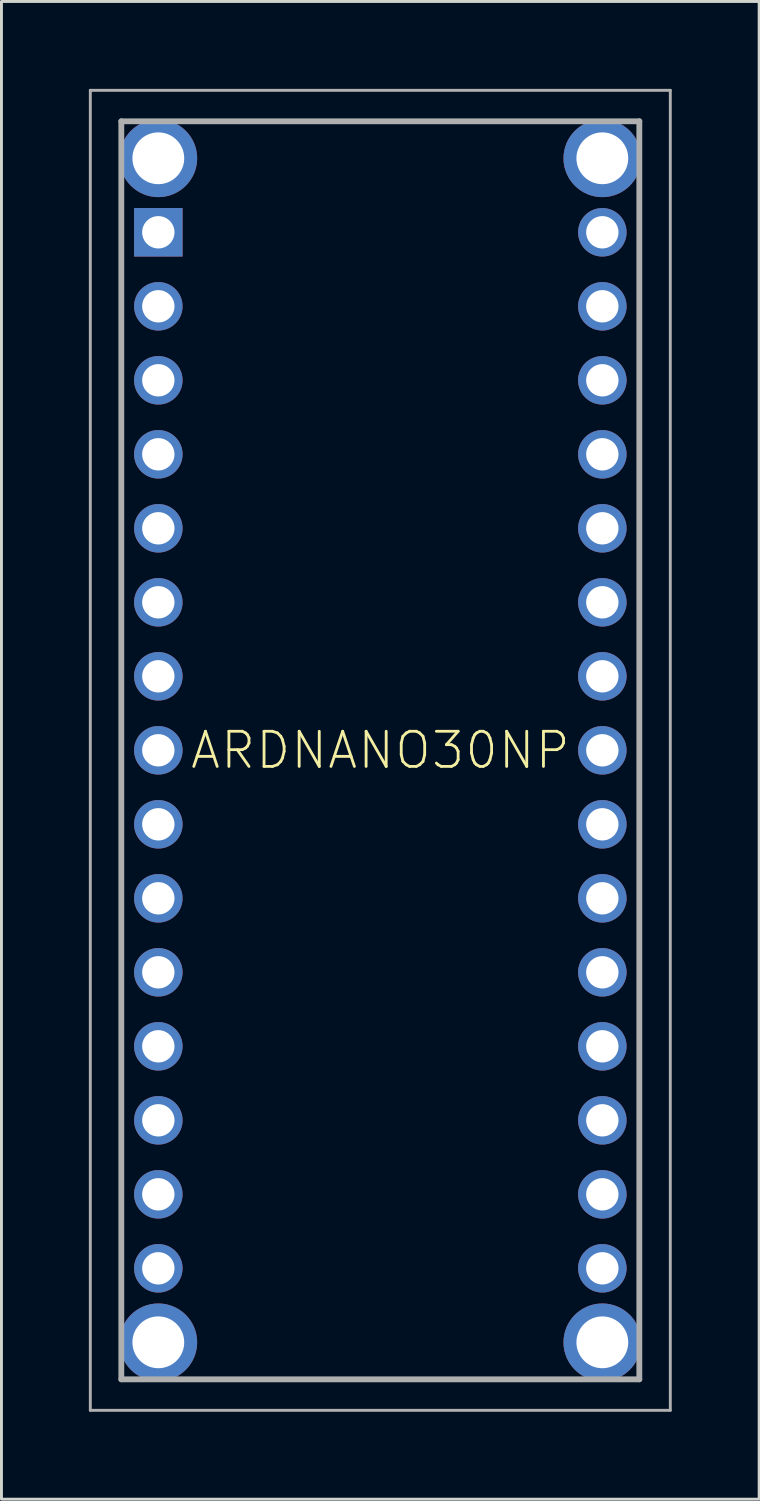
<source format=kicad_pcb>
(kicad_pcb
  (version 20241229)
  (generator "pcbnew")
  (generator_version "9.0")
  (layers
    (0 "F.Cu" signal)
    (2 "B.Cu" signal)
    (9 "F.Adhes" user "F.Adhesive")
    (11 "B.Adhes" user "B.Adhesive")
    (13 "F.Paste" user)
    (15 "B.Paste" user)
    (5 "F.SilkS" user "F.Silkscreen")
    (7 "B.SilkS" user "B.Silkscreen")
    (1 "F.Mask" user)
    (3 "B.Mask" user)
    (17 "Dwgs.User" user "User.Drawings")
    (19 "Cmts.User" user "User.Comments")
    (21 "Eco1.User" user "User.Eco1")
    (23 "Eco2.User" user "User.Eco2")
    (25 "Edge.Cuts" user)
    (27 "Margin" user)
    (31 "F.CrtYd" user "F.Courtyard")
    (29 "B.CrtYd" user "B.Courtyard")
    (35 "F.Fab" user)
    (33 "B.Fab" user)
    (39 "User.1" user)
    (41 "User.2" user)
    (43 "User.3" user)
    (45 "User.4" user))
  (footprint "ARDNANO30NP"
    (layer "F.Cu")
    (at 2.384 4.923)
    (property "Reference" "ARDNANO30NP" (at 7.62 17.78 0) (layer "F.SilkS") (effects (font (size 1.206 1.206) (thickness 0.097))))
    (attr through_hole)
    (fp_line (start -1.27 0) (end -1.27 35.56) (stroke (width 0.1) (type solid)) (layer "F.SilkS"))
    (fp_line (start 16.51 35.56) (end 16.51 0) (stroke (width 0.1) (type solid)) (layer "F.SilkS"))
    (fp_line (start -2.334 -4.873) (end 17.573 -4.873) (stroke (width 0.1) (type solid)) (layer "F.Fab"))
    (fp_line (start -2.334 40.434) (end -2.334 -4.873) (stroke (width 0.1) (type solid)) (layer "F.Fab"))
    (fp_line (start -1.27 -3.81) (end 16.51 -3.81) (stroke (width 0.2) (type solid)) (layer "F.Fab"))
    (fp_line (start -1.27 39.37) (end -1.27 -3.81) (stroke (width 0.2) (type solid)) (layer "F.Fab"))
    (fp_line (start 16.51 -3.81) (end 16.51 39.37) (stroke (width 0.2) (type solid)) (layer "F.Fab"))
    (fp_line (start 16.51 39.37) (end -1.27 39.37) (stroke (width 0.2) (type solid)) (layer "F.Fab"))
    (fp_line (start 17.573 -4.873) (end 17.573 40.434) (stroke (width 0.1) (type solid)) (layer "F.Fab"))
    (fp_line (start 17.573 40.434) (end -2.334 40.434) (stroke (width 0.1) (type solid)) (layer "F.Fab"))
    (pad "1" thru_hole rect (at 0 0) (size 1.665 1.665) (drill 1.11) (layers "*.Cu" "*.Mask"))
    (pad "2" thru_hole circle (at 0 2.54) (size 1.665 1.665) (drill 1.11) (layers "*.Cu" "*.Mask"))
    (pad "3" thru_hole circle (at 0 5.08) (size 1.665 1.665) (drill 1.11) (layers "*.Cu" "*.Mask"))
    (pad "4" thru_hole circle (at 0 7.62) (size 1.665 1.665) (drill 1.11) (layers "*.Cu" "*.Mask"))
    (pad "5" thru_hole circle (at 0 10.16) (size 1.665 1.665) (drill 1.11) (layers "*.Cu" "*.Mask"))
    (pad "6" thru_hole circle (at 0 12.7) (size 1.665 1.665) (drill 1.11) (layers "*.Cu" "*.Mask"))
    (pad "7" thru_hole circle (at 0 15.24) (size 1.665 1.665) (drill 1.11) (layers "*.Cu" "*.Mask"))
    (pad "8" thru_hole circle (at 0 17.78) (size 1.665 1.665) (drill 1.11) (layers "*.Cu" "*.Mask"))
    (pad "9" thru_hole circle (at 0 20.32) (size 1.665 1.665) (drill 1.11) (layers "*.Cu" "*.Mask"))
    (pad "10" thru_hole circle (at 0 22.86) (size 1.665 1.665) (drill 1.11) (layers "*.Cu" "*.Mask"))
    (pad "11" thru_hole circle (at 0 25.4) (size 1.665 1.665) (drill 1.11) (layers "*.Cu" "*.Mask"))
    (pad "12" thru_hole circle (at 0 27.94) (size 1.665 1.665) (drill 1.11) (layers "*.Cu" "*.Mask"))
    (pad "13" thru_hole circle (at 0 30.48) (size 1.665 1.665) (drill 1.11) (layers "*.Cu" "*.Mask"))
    (pad "14" thru_hole circle (at 0 33.02) (size 1.665 1.665) (drill 1.11) (layers "*.Cu" "*.Mask"))
    (pad "15" thru_hole circle (at 0 35.56) (size 1.665 1.665) (drill 1.11) (layers "*.Cu" "*.Mask"))
    (pad "16" thru_hole circle (at 15.24 0) (size 1.665 1.665) (drill 1.11) (layers "*.Cu" "*.Mask"))
    (pad "17" thru_hole circle (at 15.24 2.54) (size 1.665 1.665) (drill 1.11) (layers "*.Cu" "*.Mask"))
    (pad "18" thru_hole circle (at 15.24 5.08) (size 1.665 1.665) (drill 1.11) (layers "*.Cu" "*.Mask"))
    (pad "19" thru_hole circle (at 15.24 7.62) (size 1.665 1.665) (drill 1.11) (layers "*.Cu" "*.Mask"))
    (pad "20" thru_hole circle (at 15.24 10.16) (size 1.665 1.665) (drill 1.11) (layers "*.Cu" "*.Mask"))
    (pad "21" thru_hole circle (at 15.24 12.7) (size 1.665 1.665) (drill 1.11) (layers "*.Cu" "*.Mask"))
    (pad "22" thru_hole circle (at 15.24 15.24) (size 1.665 1.665) (drill 1.11) (layers "*.Cu" "*.Mask"))
    (pad "23" thru_hole circle (at 15.24 17.78) (size 1.665 1.665) (drill 1.11) (layers "*.Cu" "*.Mask"))
    (pad "24" thru_hole circle (at 15.24 20.32) (size 1.665 1.665) (drill 1.11) (layers "*.Cu" "*.Mask"))
    (pad "25" thru_hole circle (at 15.24 22.86) (size 1.665 1.665) (drill 1.11) (layers "*.Cu" "*.Mask"))
    (pad "26" thru_hole circle (at 15.24 25.4) (size 1.665 1.665) (drill 1.11) (layers "*.Cu" "*.Mask"))
    (pad "27" thru_hole circle (at 15.24 27.94) (size 1.665 1.665) (drill 1.11) (layers "*.Cu" "*.Mask"))
    (pad "28" thru_hole circle (at 15.24 30.48) (size 1.665 1.665) (drill 1.11) (layers "*.Cu" "*.Mask"))
    (pad "29" thru_hole circle (at 15.24 33.02) (size 1.665 1.665) (drill 1.11) (layers "*.Cu" "*.Mask"))
    (pad "30" thru_hole circle (at 15.24 35.56) (size 1.665 1.665) (drill 1.11) (layers "*.Cu" "*.Mask"))
    (pad "MH1" thru_hole circle (at 0 -2.54) (size 2.667 2.667) (drill 1.778) (layers "*.Cu" "*.Mask"))
    (pad "MH2" thru_hole circle (at 0 38.1) (size 2.667 2.667) (drill 1.778) (layers "*.Cu" "*.Mask"))
    (pad "MH3" thru_hole circle (at 15.24 38.1) (size 2.667 2.667) (drill 1.778) (layers "*.Cu" "*.Mask"))
    (pad "MH4" thru_hole circle (at 15.24 -2.54) (size 2.667 2.667) (drill 1.778) (layers "*.Cu" "*.Mask")))
  (gr_rect
    (start -3 -3)
    (end 23.007 48.407)
    (stroke (width 0.1) (type default))
    (fill no)
    (layer "Edge.Cuts")))
</source>
